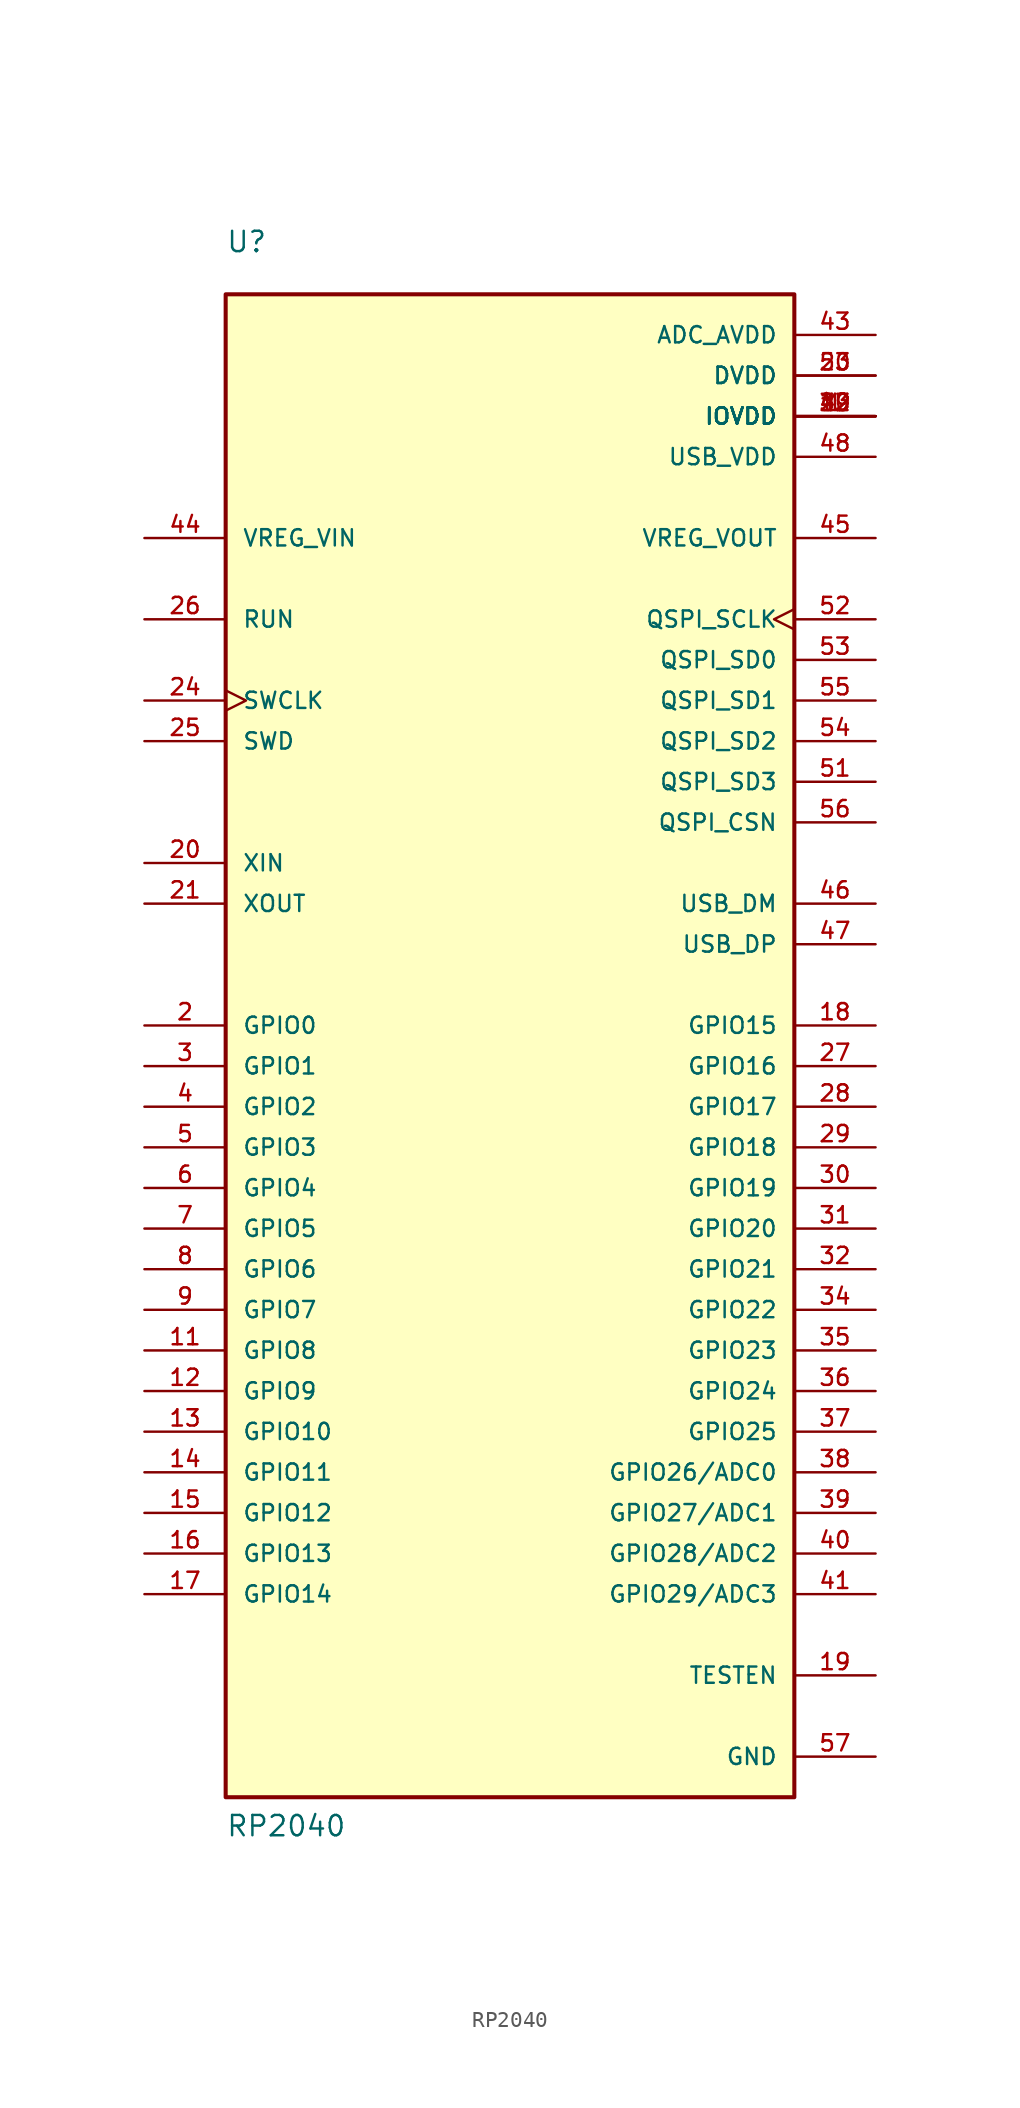
<source format=kicad_sym>
(kicad_symbol_lib
  (version 20201005)
  (generator kicad_symbol_editor)
  (symbol "RP2040"
    (pin_names
      (offset 1.016))
    (property "Reference" "U"
      (at -17.78 50.8 0)
      (effects (font (size 1.27 1.27)) (justify left bottom)))
    (property "Value" "RP2040"
      (at -17.78 -48.26 0)
      (effects (font (size 1.27 1.27)) (justify left bottom)))
    (property "ki_locked" ""
      (at 0 0 0)
      (effects (font (size 1.27 1.27))))
    (symbol "RP2040_0_0"
      (rectangle (start -17.78 -45.72) (end 17.78 48.26) (stroke (width 0.254)) (fill (type background)))
      (pin bidirectional line (at -22.86 2.54 0) (length 5.08) (name "GPIO0" (effects (font (size 1.016 1.016)))) (number "2" (effects (font (size 1.016 1.016)))))
      (pin bidirectional line (at -22.86 0 0) (length 5.08) (name "GPIO1" (effects (font (size 1.016 1.016)))) (number "3" (effects (font (size 1.016 1.016)))))
      (pin bidirectional line (at -22.86 -2.54 0) (length 5.08) (name "GPIO2" (effects (font (size 1.016 1.016)))) (number "4" (effects (font (size 1.016 1.016)))))
      (pin bidirectional line (at -22.86 -5.08 0) (length 5.08) (name "GPIO3" (effects (font (size 1.016 1.016)))) (number "5" (effects (font (size 1.016 1.016)))))
      (pin bidirectional line (at -22.86 -7.62 0) (length 5.08) (name "GPIO4" (effects (font (size 1.016 1.016)))) (number "6" (effects (font (size 1.016 1.016)))))
      (pin bidirectional line (at -22.86 -10.16 0) (length 5.08) (name "GPIO5" (effects (font (size 1.016 1.016)))) (number "7" (effects (font (size 1.016 1.016)))))
      (pin bidirectional line (at -22.86 -12.7 0) (length 5.08) (name "GPIO6" (effects (font (size 1.016 1.016)))) (number "8" (effects (font (size 1.016 1.016)))))
      (pin bidirectional line (at -22.86 -15.24 0) (length 5.08) (name "GPIO7" (effects (font (size 1.016 1.016)))) (number "9" (effects (font (size 1.016 1.016)))))
      (pin bidirectional line (at -22.86 -17.78 0) (length 5.08) (name "GPIO8" (effects (font (size 1.016 1.016)))) (number "11" (effects (font (size 1.016 1.016)))))
      (pin bidirectional line (at -22.86 -20.32 0) (length 5.08) (name "GPIO9" (effects (font (size 1.016 1.016)))) (number "12" (effects (font (size 1.016 1.016)))))
      (pin bidirectional line (at -22.86 -22.86 0) (length 5.08) (name "GPIO10" (effects (font (size 1.016 1.016)))) (number "13" (effects (font (size 1.016 1.016)))))
      (pin bidirectional line (at -22.86 -25.4 0) (length 5.08) (name "GPIO11" (effects (font (size 1.016 1.016)))) (number "14" (effects (font (size 1.016 1.016)))))
      (pin bidirectional line (at -22.86 -27.94 0) (length 5.08) (name "GPIO12" (effects (font (size 1.016 1.016)))) (number "15" (effects (font (size 1.016 1.016)))))
      (pin bidirectional line (at -22.86 -30.48 0) (length 5.08) (name "GPIO13" (effects (font (size 1.016 1.016)))) (number "16" (effects (font (size 1.016 1.016)))))
      (pin bidirectional line (at -22.86 -33.02 0) (length 5.08) (name "GPIO14" (effects (font (size 1.016 1.016)))) (number "17" (effects (font (size 1.016 1.016)))))
      (pin bidirectional line (at 22.86 2.54 180) (length 5.08) (name "GPIO15" (effects (font (size 1.016 1.016)))) (number "18" (effects (font (size 1.016 1.016)))))
      (pin bidirectional line (at 22.86 0 180) (length 5.08) (name "GPIO16" (effects (font (size 1.016 1.016)))) (number "27" (effects (font (size 1.016 1.016)))))
      (pin bidirectional line (at 22.86 -2.54 180) (length 5.08) (name "GPIO17" (effects (font (size 1.016 1.016)))) (number "28" (effects (font (size 1.016 1.016)))))
      (pin bidirectional line (at 22.86 -5.08 180) (length 5.08) (name "GPIO18" (effects (font (size 1.016 1.016)))) (number "29" (effects (font (size 1.016 1.016)))))
      (pin bidirectional line (at 22.86 -7.62 180) (length 5.08) (name "GPIO19" (effects (font (size 1.016 1.016)))) (number "30" (effects (font (size 1.016 1.016)))))
      (pin bidirectional line (at 22.86 -10.16 180) (length 5.08) (name "GPIO20" (effects (font (size 1.016 1.016)))) (number "31" (effects (font (size 1.016 1.016)))))
      (pin bidirectional line (at 22.86 -12.7 180) (length 5.08) (name "GPIO21" (effects (font (size 1.016 1.016)))) (number "32" (effects (font (size 1.016 1.016)))))
      (pin bidirectional line (at 22.86 -15.24 180) (length 5.08) (name "GPIO22" (effects (font (size 1.016 1.016)))) (number "34" (effects (font (size 1.016 1.016)))))
      (pin bidirectional line (at 22.86 -17.78 180) (length 5.08) (name "GPIO23" (effects (font (size 1.016 1.016)))) (number "35" (effects (font (size 1.016 1.016)))))
      (pin bidirectional line (at 22.86 -20.32 180) (length 5.08) (name "GPIO24" (effects (font (size 1.016 1.016)))) (number "36" (effects (font (size 1.016 1.016)))))
      (pin bidirectional line (at 22.86 -22.86 180) (length 5.08) (name "GPIO25" (effects (font (size 1.016 1.016)))) (number "37" (effects (font (size 1.016 1.016)))))
      (pin bidirectional line (at 22.86 -25.4 180) (length 5.08) (name "GPIO26/ADC0" (effects (font (size 1.016 1.016)))) (number "38" (effects (font (size 1.016 1.016)))))
      (pin bidirectional line (at 22.86 -27.94 180) (length 5.08) (name "GPIO27/ADC1" (effects (font (size 1.016 1.016)))) (number "39" (effects (font (size 1.016 1.016)))))
      (pin bidirectional line (at 22.86 -30.48 180) (length 5.08) (name "GPIO28/ADC2" (effects (font (size 1.016 1.016)))) (number "40" (effects (font (size 1.016 1.016)))))
      (pin bidirectional line (at 22.86 -33.02 180) (length 5.08) (name "GPIO29/ADC3" (effects (font (size 1.016 1.016)))) (number "41" (effects (font (size 1.016 1.016)))))
      (pin bidirectional line (at 22.86 17.78 180) (length 5.08) (name "QSPI_SD3" (effects (font (size 1.016 1.016)))) (number "51" (effects (font (size 1.016 1.016)))))
      (pin bidirectional clock (at 22.86 27.94 180) (length 5.08) (name "QSPI_SCLK" (effects (font (size 1.016 1.016)))) (number "52" (effects (font (size 1.016 1.016)))))
      (pin bidirectional line (at 22.86 25.4 180) (length 5.08) (name "QSPI_SD0" (effects (font (size 1.016 1.016)))) (number "53" (effects (font (size 1.016 1.016)))))
      (pin bidirectional line (at 22.86 20.32 180) (length 5.08) (name "QSPI_SD2" (effects (font (size 1.016 1.016)))) (number "54" (effects (font (size 1.016 1.016)))))
      (pin bidirectional line (at 22.86 22.86 180) (length 5.08) (name "QSPI_SD1" (effects (font (size 1.016 1.016)))) (number "55" (effects (font (size 1.016 1.016)))))
      (pin bidirectional line (at 22.86 15.24 180) (length 5.08) (name "QSPI_CSN" (effects (font (size 1.016 1.016)))) (number "56" (effects (font (size 1.016 1.016)))))
      (pin input line (at -22.86 12.7 0) (length 5.08) (name "XIN" (effects (font (size 1.016 1.016)))) (number "20" (effects (font (size 1.016 1.016)))))
      (pin output line (at -22.86 10.16 0) (length 5.08) (name "XOUT" (effects (font (size 1.016 1.016)))) (number "21" (effects (font (size 1.016 1.016)))))
      (pin input clock (at -22.86 22.86 0) (length 5.08) (name "SWCLK" (effects (font (size 1.016 1.016)))) (number "24" (effects (font (size 1.016 1.016)))))
      (pin bidirectional line (at -22.86 20.32 0) (length 5.08) (name "SWD" (effects (font (size 1.016 1.016)))) (number "25" (effects (font (size 1.016 1.016)))))
      (pin input line (at -22.86 27.94 0) (length 5.08) (name "RUN" (effects (font (size 1.016 1.016)))) (number "26" (effects (font (size 1.016 1.016)))))
      (pin passive line (at 22.86 -38.1 180) (length 5.08) (name "TESTEN" (effects (font (size 1.016 1.016)))) (number "19" (effects (font (size 1.016 1.016)))))
      (pin bidirectional line (at 22.86 7.62 180) (length 5.08) (name "USB_DP" (effects (font (size 1.016 1.016)))) (number "47" (effects (font (size 1.016 1.016)))))
      (pin bidirectional line (at 22.86 10.16 180) (length 5.08) (name "USB_DM" (effects (font (size 1.016 1.016)))) (number "46" (effects (font (size 1.016 1.016)))))
      (pin output line (at 22.86 33.02 180) (length 5.08) (name "VREG_VOUT" (effects (font (size 1.016 1.016)))) (number "45" (effects (font (size 1.016 1.016)))))
      (pin input line (at -22.86 33.02 0) (length 5.08) (name "VREG_VIN" (effects (font (size 1.016 1.016)))) (number "44" (effects (font (size 1.016 1.016)))))
      (pin power_in line (at 22.86 38.1 180) (length 5.08) (name "USB_VDD" (effects (font (size 1.016 1.016)))) (number "48" (effects (font (size 1.016 1.016)))))
      (pin power_in line (at 22.86 40.64 180) (length 5.08) (name "IOVDD" (effects (font (size 1.016 1.016)))) (number "1" (effects (font (size 1.016 1.016)))))
      (pin power_in line (at 22.86 40.64 180) (length 5.08) (name "IOVDD" (effects (font (size 1.016 1.016)))) (number "10" (effects (font (size 1.016 1.016)))))
      (pin power_in line (at 22.86 40.64 180) (length 5.08) (name "IOVDD" (effects (font (size 1.016 1.016)))) (number "22" (effects (font (size 1.016 1.016)))))
      (pin power_in line (at 22.86 40.64 180) (length 5.08) (name "IOVDD" (effects (font (size 1.016 1.016)))) (number "33" (effects (font (size 1.016 1.016)))))
      (pin power_in line (at 22.86 40.64 180) (length 5.08) (name "IOVDD" (effects (font (size 1.016 1.016)))) (number "42" (effects (font (size 1.016 1.016)))))
      (pin power_in line (at 22.86 40.64 180) (length 5.08) (name "IOVDD" (effects (font (size 1.016 1.016)))) (number "49" (effects (font (size 1.016 1.016)))))
      (pin power_in line (at 22.86 43.18 180) (length 5.08) (name "DVDD" (effects (font (size 1.016 1.016)))) (number "23" (effects (font (size 1.016 1.016)))))
      (pin power_in line (at 22.86 43.18 180) (length 5.08) (name "DVDD" (effects (font (size 1.016 1.016)))) (number "50" (effects (font (size 1.016 1.016)))))
      (pin power_in line (at 22.86 45.72 180) (length 5.08) (name "ADC_AVDD" (effects (font (size 1.016 1.016)))) (number "43" (effects (font (size 1.016 1.016)))))
      (pin power_in line (at 22.86 -43.18 180) (length 5.08) (name "GND" (effects (font (size 1.016 1.016)))) (number "57" (effects (font (size 1.016 1.016))))))))
</source>
